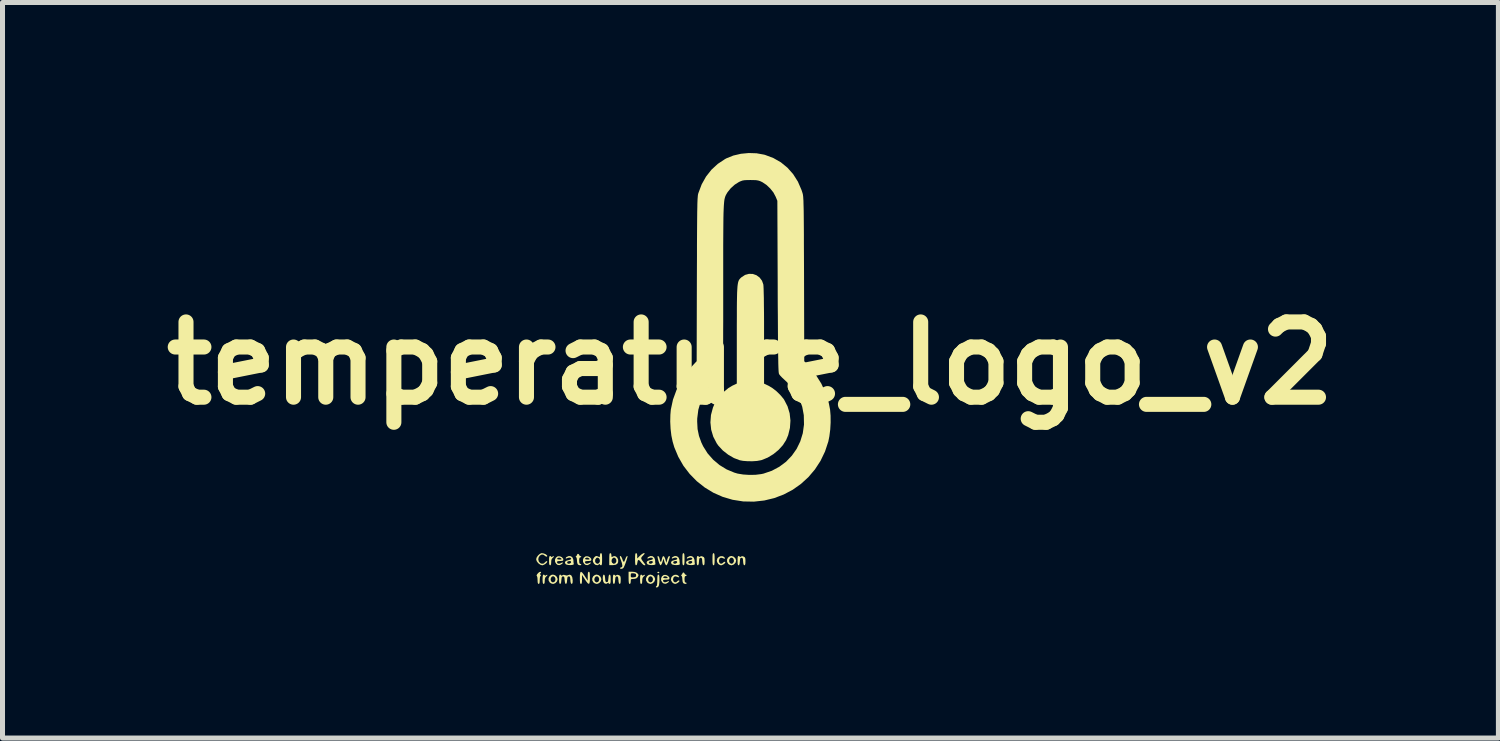
<source format=kicad_pcb>
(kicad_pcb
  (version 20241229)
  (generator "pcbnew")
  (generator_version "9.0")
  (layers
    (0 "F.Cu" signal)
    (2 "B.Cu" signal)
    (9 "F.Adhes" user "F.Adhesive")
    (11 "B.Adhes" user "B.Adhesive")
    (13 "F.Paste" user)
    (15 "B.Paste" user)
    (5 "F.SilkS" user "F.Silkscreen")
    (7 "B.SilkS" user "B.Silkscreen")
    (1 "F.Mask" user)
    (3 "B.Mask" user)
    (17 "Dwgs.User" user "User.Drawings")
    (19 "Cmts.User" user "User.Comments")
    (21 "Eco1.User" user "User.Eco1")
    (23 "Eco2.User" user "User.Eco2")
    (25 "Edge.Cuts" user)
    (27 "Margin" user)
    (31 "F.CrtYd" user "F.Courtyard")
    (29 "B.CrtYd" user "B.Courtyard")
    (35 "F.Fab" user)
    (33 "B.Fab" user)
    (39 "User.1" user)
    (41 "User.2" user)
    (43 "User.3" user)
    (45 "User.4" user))
  (footprint "temperature_logo_v2"
    (layer "F.Cu")
    (at 11.907 4.188)
    (property "Reference" "temperature_logo_v2" (at 0 0 0) (layer "F.SilkS") (effects (font (size 1.5 1.5) (thickness 0.3))))
    (attr board_only exclude_from_pos_files exclude_from_bom)
    (fp_poly (pts (xy -1.817 4.165) (xy -1.814 4.171) (xy -1.826 4.184) (xy -1.836 4.186) (xy -1.855 4.178) (xy -1.857 4.171) (xy -1.846 4.159) (xy -1.836 4.157)) (stroke (width 0) (type solid)) (fill yes) (layer "F.SilkS"))
    (fp_poly (pts (xy -1.325 3.791) (xy -1.318 3.81) (xy -1.315 3.847) (xy -1.314 3.907) (xy -1.315 3.968) (xy -1.319 4.005) (xy -1.325 4.024) (xy -1.336 4.029) (xy -1.346 4.023) (xy -1.353 4.005) (xy -1.356 3.967) (xy -1.357 3.907) (xy -1.356 3.846) (xy -1.353 3.809) (xy -1.346 3.791) (xy -1.336 3.786)) (stroke (width 0) (type solid)) (fill yes) (layer "F.SilkS"))
    (fp_poly (pts (xy -0.725 3.791) (xy -0.718 3.81) (xy -0.715 3.847) (xy -0.714 3.907) (xy -0.715 3.968) (xy -0.719 4.005) (xy -0.725 4.024) (xy -0.736 4.029) (xy -0.746 4.023) (xy -0.753 4.005) (xy -0.756 3.967) (xy -0.757 3.907) (xy -0.756 3.846) (xy -0.753 3.809) (xy -0.746 3.791) (xy -0.736 3.786)) (stroke (width 0) (type solid)) (fill yes) (layer "F.SilkS"))
    (fp_poly (pts (xy -1.824 4.22) (xy -1.817 4.241) (xy -1.815 4.283) (xy -1.814 4.315) (xy -1.816 4.37) (xy -1.822 4.416) (xy -1.829 4.444) (xy -1.848 4.464) (xy -1.87 4.472) (xy -1.884 4.464) (xy -1.886 4.457) (xy -1.875 4.443) (xy -1.871 4.443) (xy -1.864 4.429) (xy -1.859 4.393) (xy -1.857 4.339) (xy -1.857 4.329) (xy -1.856 4.27) (xy -1.852 4.235) (xy -1.845 4.218) (xy -1.836 4.214)) (stroke (width 0) (type solid)) (fill yes) (layer "F.SilkS"))
    (fp_poly (pts (xy -4.102 4.223) (xy -4.1 4.23) (xy -4.093 4.238) (xy -4.078 4.228) (xy -4.056 4.218) (xy -4.047 4.22) (xy -4.05 4.234) (xy -4.069 4.251) (xy -4.09 4.274) (xy -4.099 4.309) (xy -4.1 4.337) (xy -4.103 4.379) (xy -4.113 4.398) (xy -4.121 4.4) (xy -4.133 4.394) (xy -4.14 4.372) (xy -4.143 4.328) (xy -4.143 4.307) (xy -4.141 4.255) (xy -4.136 4.226) (xy -4.126 4.215) (xy -4.121 4.214)) (stroke (width 0) (type solid)) (fill yes) (layer "F.SilkS"))
    (fp_poly (pts (xy -3.974 3.851) (xy -3.971 3.859) (xy -3.964 3.866) (xy -3.95 3.857) (xy -3.928 3.846) (xy -3.918 3.848) (xy -3.921 3.862) (xy -3.94 3.88) (xy -3.961 3.903) (xy -3.97 3.938) (xy -3.971 3.965) (xy -3.974 4.007) (xy -3.984 4.026) (xy -3.993 4.029) (xy -4.005 4.022) (xy -4.012 4) (xy -4.014 3.957) (xy -4.014 3.936) (xy -4.013 3.884) (xy -4.008 3.855) (xy -3.998 3.844) (xy -3.993 3.843)) (stroke (width 0) (type solid)) (fill yes) (layer "F.SilkS"))
    (fp_poly (pts (xy -2.16 4.223) (xy -2.157 4.23) (xy -2.15 4.238) (xy -2.135 4.228) (xy -2.114 4.218) (xy -2.104 4.22) (xy -2.107 4.234) (xy -2.126 4.251) (xy -2.147 4.274) (xy -2.156 4.309) (xy -2.157 4.337) (xy -2.16 4.379) (xy -2.17 4.398) (xy -2.179 4.4) (xy -2.191 4.394) (xy -2.197 4.372) (xy -2.2 4.328) (xy -2.2 4.307) (xy -2.199 4.255) (xy -2.193 4.226) (xy -2.183 4.215) (xy -2.179 4.214)) (stroke (width 0) (type solid)) (fill yes) (layer "F.SilkS"))
    (fp_poly (pts (xy -4.173 4.165) (xy -4.176 4.182) (xy -4.189 4.191) (xy -4.198 4.201) (xy -4.186 4.214) (xy -4.173 4.229) (xy -4.182 4.238) (xy -4.194 4.257) (xy -4.199 4.3) (xy -4.2 4.323) (xy -4.202 4.37) (xy -4.209 4.394) (xy -4.221 4.4) (xy -4.234 4.393) (xy -4.241 4.368) (xy -4.243 4.323) (xy -4.246 4.275) (xy -4.254 4.246) (xy -4.259 4.24) (xy -4.263 4.228) (xy -4.25 4.205) (xy -4.229 4.181) (xy -4.206 4.163) (xy -4.19 4.157)) (stroke (width 0) (type solid)) (fill yes) (layer "F.SilkS"))
    (fp_poly (pts (xy -1.464 4.22) (xy -1.436 4.237) (xy -1.42 4.26) (xy -1.427 4.269) (xy -1.453 4.263) (xy -1.464 4.257) (xy -1.502 4.248) (xy -1.529 4.264) (xy -1.542 4.302) (xy -1.543 4.315) (xy -1.533 4.349) (xy -1.51 4.367) (xy -1.482 4.367) (xy -1.464 4.352) (xy -1.442 4.333) (xy -1.423 4.329) (xy -1.414 4.342) (xy -1.426 4.361) (xy -1.454 4.382) (xy -1.486 4.397) (xy -1.503 4.4) (xy -1.532 4.39) (xy -1.557 4.371) (xy -1.579 4.337) (xy -1.586 4.307) (xy -1.574 4.264) (xy -1.544 4.233) (xy -1.505 4.217)) (stroke (width 0) (type solid)) (fill yes) (layer "F.SilkS"))
    (fp_poly (pts (xy -0.549 3.849) (xy -0.522 3.866) (xy -0.506 3.889) (xy -0.513 3.898) (xy -0.539 3.891) (xy -0.55 3.886) (xy -0.587 3.877) (xy -0.615 3.893) (xy -0.628 3.931) (xy -0.629 3.944) (xy -0.619 3.977) (xy -0.595 3.996) (xy -0.568 3.995) (xy -0.55 3.98) (xy -0.528 3.962) (xy -0.508 3.958) (xy -0.5 3.971) (xy -0.512 3.99) (xy -0.539 4.011) (xy -0.572 4.026) (xy -0.589 4.029) (xy -0.617 4.019) (xy -0.643 4) (xy -0.664 3.966) (xy -0.671 3.936) (xy -0.66 3.893) (xy -0.63 3.862) (xy -0.591 3.846)) (stroke (width 0) (type solid)) (fill yes) (layer "F.SilkS"))
    (fp_poly (pts (xy -3.893 4.227) (xy -3.859 4.259) (xy -3.843 4.301) (xy -3.843 4.307) (xy -3.856 4.35) (xy -3.888 4.384) (xy -3.929 4.4) (xy -3.936 4.4) (xy -3.973 4.39) (xy -4 4.371) (xy -4.023 4.331) (xy -4.023 4.32) (xy -3.983 4.32) (xy -3.971 4.351) (xy -3.941 4.37) (xy -3.911 4.361) (xy -3.903 4.354) (xy -3.887 4.324) (xy -3.888 4.291) (xy -3.902 4.263) (xy -3.925 4.247) (xy -3.954 4.252) (xy -3.955 4.252) (xy -3.978 4.281) (xy -3.983 4.32) (xy -4.023 4.32) (xy -4.024 4.287) (xy -4.005 4.248) (xy -3.971 4.221) (xy -3.936 4.214)) (stroke (width 0) (type solid)) (fill yes) (layer "F.SilkS"))
    (fp_poly (pts (xy -3.022 4.227) (xy -2.988 4.259) (xy -2.972 4.301) (xy -2.971 4.307) (xy -2.984 4.35) (xy -3.016 4.384) (xy -3.058 4.4) (xy -3.064 4.4) (xy -3.101 4.39) (xy -3.129 4.371) (xy -3.152 4.331) (xy -3.152 4.32) (xy -3.112 4.32) (xy -3.099 4.351) (xy -3.07 4.37) (xy -3.039 4.361) (xy -3.031 4.354) (xy -3.016 4.324) (xy -3.017 4.291) (xy -3.031 4.263) (xy -3.054 4.247) (xy -3.082 4.252) (xy -3.083 4.252) (xy -3.106 4.281) (xy -3.112 4.32) (xy -3.152 4.32) (xy -3.153 4.287) (xy -3.134 4.248) (xy -3.099 4.221) (xy -3.064 4.214)) (stroke (width 0) (type solid)) (fill yes) (layer "F.SilkS"))
    (fp_poly (pts (xy -1.95 4.227) (xy -1.916 4.259) (xy -1.9 4.301) (xy -1.9 4.307) (xy -1.913 4.35) (xy -1.945 4.384) (xy -1.987 4.4) (xy -1.993 4.4) (xy -2.03 4.39) (xy -2.057 4.371) (xy -2.08 4.331) (xy -2.081 4.32) (xy -2.04 4.32) (xy -2.028 4.351) (xy -1.999 4.37) (xy -1.968 4.361) (xy -1.96 4.354) (xy -1.944 4.324) (xy -1.945 4.291) (xy -1.959 4.263) (xy -1.983 4.247) (xy -2.011 4.252) (xy -2.012 4.252) (xy -2.035 4.281) (xy -2.04 4.32) (xy -2.081 4.32) (xy -2.081 4.287) (xy -2.062 4.248) (xy -2.028 4.221) (xy -1.993 4.214)) (stroke (width 0) (type solid)) (fill yes) (layer "F.SilkS"))
    (fp_poly (pts (xy -0.336 3.856) (xy -0.302 3.888) (xy -0.286 3.929) (xy -0.286 3.936) (xy -0.298 3.978) (xy -0.33 4.012) (xy -0.372 4.028) (xy -0.379 4.029) (xy -0.416 4.019) (xy -0.443 4) (xy -0.466 3.96) (xy -0.466 3.948) (xy -0.426 3.948) (xy -0.414 3.979) (xy -0.384 3.999) (xy -0.353 3.99) (xy -0.346 3.983) (xy -0.33 3.953) (xy -0.331 3.92) (xy -0.345 3.891) (xy -0.368 3.876) (xy -0.397 3.88) (xy -0.398 3.881) (xy -0.421 3.91) (xy -0.426 3.948) (xy -0.466 3.948) (xy -0.467 3.916) (xy -0.448 3.877) (xy -0.413 3.85) (xy -0.379 3.843)) (stroke (width 0) (type solid)) (fill yes) (layer "F.SilkS"))
    (fp_poly (pts (xy -2.577 3.855) (xy -2.56 3.886) (xy -2.557 3.896) (xy -2.54 3.942) (xy -2.526 3.96) (xy -2.513 3.952) (xy -2.5 3.919) (xy -2.481 3.87) (xy -2.463 3.845) (xy -2.45 3.845) (xy -2.451 3.861) (xy -2.46 3.896) (xy -2.475 3.942) (xy -2.492 3.991) (xy -2.51 4.037) (xy -2.526 4.071) (xy -2.533 4.082) (xy -2.554 4.096) (xy -2.58 4.1) (xy -2.598 4.092) (xy -2.6 4.086) (xy -2.589 4.073) (xy -2.58 4.071) (xy -2.558 4.062) (xy -2.553 4.033) (xy -2.563 3.982) (xy -2.579 3.936) (xy -2.597 3.886) (xy -2.603 3.857) (xy -2.6 3.844) (xy -2.594 3.843)) (stroke (width 0) (type solid)) (fill yes) (layer "F.SilkS"))
    (fp_poly (pts (xy -3.417 3.811) (xy -3.414 3.821) (xy -3.403 3.84) (xy -3.393 3.843) (xy -3.374 3.851) (xy -3.371 3.857) (xy -3.383 3.87) (xy -3.393 3.871) (xy -3.407 3.88) (xy -3.413 3.908) (xy -3.414 3.936) (xy -3.411 3.978) (xy -3.402 3.997) (xy -3.393 4) (xy -3.374 4.008) (xy -3.371 4.014) (xy -3.382 4.026) (xy -3.407 4.027) (xy -3.433 4.017) (xy -3.44 4.011) (xy -3.451 3.987) (xy -3.457 3.947) (xy -3.457 3.934) (xy -3.461 3.894) (xy -3.471 3.868) (xy -3.475 3.865) (xy -3.486 3.856) (xy -3.475 3.849) (xy -3.459 3.829) (xy -3.457 3.82) (xy -3.446 3.802) (xy -3.436 3.8)) (stroke (width 0) (type solid)) (fill yes) (layer "F.SilkS"))
    (fp_poly (pts (xy -3.211 4.162) (xy -3.204 4.181) (xy -3.201 4.219) (xy -3.2 4.279) (xy -3.202 4.346) (xy -3.209 4.387) (xy -3.223 4.399) (xy -3.245 4.385) (xy -3.277 4.344) (xy -3.299 4.311) (xy -3.357 4.221) (xy -3.357 4.311) (xy -3.359 4.362) (xy -3.364 4.39) (xy -3.375 4.4) (xy -3.379 4.4) (xy -3.389 4.395) (xy -3.396 4.376) (xy -3.399 4.338) (xy -3.4 4.279) (xy -3.398 4.211) (xy -3.391 4.171) (xy -3.377 4.158) (xy -3.355 4.172) (xy -3.323 4.213) (xy -3.301 4.246) (xy -3.243 4.336) (xy -3.243 4.246) (xy -3.241 4.195) (xy -3.236 4.168) (xy -3.225 4.158) (xy -3.221 4.157)) (stroke (width 0) (type solid)) (fill yes) (layer "F.SilkS"))
    (fp_poly (pts (xy -1.317 4.183) (xy -1.314 4.193) (xy -1.303 4.212) (xy -1.293 4.214) (xy -1.274 4.222) (xy -1.271 4.229) (xy -1.283 4.241) (xy -1.293 4.243) (xy -1.307 4.251) (xy -1.313 4.28) (xy -1.314 4.307) (xy -1.311 4.35) (xy -1.302 4.369) (xy -1.293 4.371) (xy -1.274 4.379) (xy -1.271 4.386) (xy -1.282 4.398) (xy -1.307 4.399) (xy -1.333 4.388) (xy -1.34 4.383) (xy -1.351 4.359) (xy -1.357 4.319) (xy -1.357 4.305) (xy -1.361 4.265) (xy -1.371 4.24) (xy -1.375 4.237) (xy -1.386 4.228) (xy -1.375 4.22) (xy -1.359 4.2) (xy -1.357 4.192) (xy -1.346 4.174) (xy -1.336 4.171)) (stroke (width 0) (type solid)) (fill yes) (layer "F.SilkS"))
    (fp_poly (pts (xy -2.795 4.221) (xy -2.788 4.245) (xy -2.786 4.291) (xy -2.786 4.307) (xy -2.787 4.359) (xy -2.792 4.388) (xy -2.802 4.399) (xy -2.807 4.4) (xy -2.826 4.391) (xy -2.829 4.383) (xy -2.833 4.373) (xy -2.846 4.383) (xy -2.877 4.399) (xy -2.91 4.387) (xy -2.92 4.378) (xy -2.934 4.351) (xy -2.942 4.313) (xy -2.944 4.272) (xy -2.939 4.236) (xy -2.928 4.216) (xy -2.922 4.214) (xy -2.908 4.224) (xy -2.9 4.256) (xy -2.897 4.289) (xy -2.893 4.334) (xy -2.885 4.356) (xy -2.871 4.364) (xy -2.864 4.364) (xy -2.847 4.36) (xy -2.838 4.343) (xy -2.833 4.307) (xy -2.831 4.289) (xy -2.826 4.241) (xy -2.816 4.218) (xy -2.806 4.214)) (stroke (width 0) (type solid)) (fill yes) (layer "F.SilkS"))
    (fp_poly (pts (xy -2.702 4.223) (xy -2.7 4.23) (xy -2.693 4.238) (xy -2.678 4.228) (xy -2.653 4.217) (xy -2.621 4.226) (xy -2.6 4.239) (xy -2.59 4.258) (xy -2.586 4.293) (xy -2.586 4.321) (xy -2.588 4.369) (xy -2.595 4.394) (xy -2.606 4.4) (xy -2.62 4.39) (xy -2.628 4.359) (xy -2.631 4.325) (xy -2.636 4.281) (xy -2.643 4.258) (xy -2.657 4.25) (xy -2.664 4.25) (xy -2.681 4.254) (xy -2.691 4.271) (xy -2.696 4.307) (xy -2.697 4.325) (xy -2.703 4.373) (xy -2.713 4.396) (xy -2.722 4.4) (xy -2.734 4.393) (xy -2.74 4.369) (xy -2.743 4.323) (xy -2.743 4.307) (xy -2.741 4.255) (xy -2.736 4.226) (xy -2.726 4.215) (xy -2.721 4.214)) (stroke (width 0) (type solid)) (fill yes) (layer "F.SilkS"))
    (fp_poly (pts (xy -1.031 3.851) (xy -1.029 3.859) (xy -1.021 3.866) (xy -1.007 3.857) (xy -0.982 3.846) (xy -0.95 3.855) (xy -0.929 3.867) (xy -0.918 3.887) (xy -0.915 3.922) (xy -0.914 3.95) (xy -0.916 3.998) (xy -0.923 4.022) (xy -0.935 4.029) (xy -0.949 4.019) (xy -0.957 3.987) (xy -0.96 3.954) (xy -0.964 3.909) (xy -0.972 3.887) (xy -0.986 3.879) (xy -0.993 3.879) (xy -1.01 3.883) (xy -1.02 3.899) (xy -1.025 3.936) (xy -1.026 3.954) (xy -1.031 4.001) (xy -1.041 4.025) (xy -1.051 4.029) (xy -1.062 4.022) (xy -1.069 3.998) (xy -1.071 3.952) (xy -1.071 3.936) (xy -1.07 3.884) (xy -1.065 3.855) (xy -1.055 3.844) (xy -1.05 3.843)) (stroke (width 0) (type solid)) (fill yes) (layer "F.SilkS"))
    (fp_poly (pts (xy -0.217 3.851) (xy -0.214 3.859) (xy -0.207 3.866) (xy -0.192 3.857) (xy -0.167 3.846) (xy -0.135 3.855) (xy -0.115 3.867) (xy -0.104 3.887) (xy -0.1 3.922) (xy -0.1 3.95) (xy -0.102 3.998) (xy -0.109 4.022) (xy -0.121 4.029) (xy -0.134 4.019) (xy -0.143 3.987) (xy -0.146 3.954) (xy -0.15 3.909) (xy -0.157 3.887) (xy -0.172 3.879) (xy -0.179 3.879) (xy -0.196 3.883) (xy -0.205 3.899) (xy -0.21 3.936) (xy -0.211 3.954) (xy -0.217 4.001) (xy -0.227 4.025) (xy -0.236 4.029) (xy -0.248 4.022) (xy -0.255 3.998) (xy -0.257 3.952) (xy -0.257 3.936) (xy -0.256 3.884) (xy -0.251 3.855) (xy -0.241 3.844) (xy -0.236 3.843)) (stroke (width 0) (type solid)) (fill yes) (layer "F.SilkS"))
    (fp_poly (pts (xy -4.119 3.793) (xy -4.08 3.81) (xy -4.054 3.832) (xy -4.051 3.838) (xy -4.053 3.854) (xy -4.07 3.856) (xy -4.092 3.844) (xy -4.1 3.836) (xy -4.132 3.815) (xy -4.167 3.817) (xy -4.2 3.838) (xy -4.222 3.873) (xy -4.229 3.91) (xy -4.218 3.953) (xy -4.192 3.984) (xy -4.157 3.998) (xy -4.121 3.993) (xy -4.095 3.97) (xy -4.073 3.949) (xy -4.055 3.946) (xy -4.049 3.958) (xy -4.061 3.977) (xy -4.086 4) (xy -4.116 4.018) (xy -4.145 4.028) (xy -4.15 4.029) (xy -4.189 4.017) (xy -4.229 3.987) (xy -4.23 3.987) (xy -4.26 3.946) (xy -4.271 3.907) (xy -4.26 3.87) (xy -4.233 3.832) (xy -4.198 3.801) (xy -4.163 3.786) (xy -4.159 3.786)) (stroke (width 0) (type solid)) (fill yes) (layer "F.SilkS"))
    (fp_poly (pts (xy -2.776 3.798) (xy -2.771 3.83) (xy -2.769 3.859) (xy -2.761 3.865) (xy -2.75 3.857) (xy -2.716 3.844) (xy -2.682 3.853) (xy -2.654 3.879) (xy -2.637 3.917) (xy -2.637 3.962) (xy -2.637 3.966) (xy -2.654 3.999) (xy -2.686 4.018) (xy -2.739 4.025) (xy -2.754 4.025) (xy -2.814 4.025) (xy -2.814 3.948) (xy -2.769 3.948) (xy -2.756 3.979) (xy -2.727 3.999) (xy -2.696 3.99) (xy -2.689 3.983) (xy -2.673 3.953) (xy -2.674 3.92) (xy -2.688 3.891) (xy -2.711 3.876) (xy -2.739 3.88) (xy -2.74 3.881) (xy -2.763 3.91) (xy -2.769 3.948) (xy -2.814 3.948) (xy -2.814 3.905) (xy -2.813 3.845) (xy -2.81 3.808) (xy -2.803 3.79) (xy -2.793 3.786)) (stroke (width 0) (type solid)) (fill yes) (layer "F.SilkS"))
    (fp_poly (pts (xy -2.108 3.789) (xy -2.112 3.801) (xy -2.134 3.827) (xy -2.142 3.834) (xy -2.167 3.862) (xy -2.178 3.883) (xy -2.173 3.906) (xy -2.153 3.938) (xy -2.125 3.975) (xy -2.101 4.007) (xy -2.094 4.023) (xy -2.103 4.028) (xy -2.111 4.029) (xy -2.137 4.017) (xy -2.168 3.985) (xy -2.179 3.971) (xy -2.21 3.933) (xy -2.233 3.921) (xy -2.247 3.937) (xy -2.254 3.976) (xy -2.263 4.015) (xy -2.279 4.029) (xy -2.29 4.023) (xy -2.296 4.002) (xy -2.299 3.961) (xy -2.3 3.907) (xy -2.299 3.846) (xy -2.296 3.809) (xy -2.289 3.791) (xy -2.279 3.786) (xy -2.263 3.796) (xy -2.257 3.829) (xy -2.257 3.839) (xy -2.257 3.892) (xy -2.203 3.839) (xy -2.167 3.808) (xy -2.135 3.789) (xy -2.122 3.786)) (stroke (width 0) (type solid)) (fill yes) (layer "F.SilkS"))
    (fp_poly (pts (xy -1.606 3.853) (xy -1.606 3.861) (xy -1.629 3.933) (xy -1.646 3.981) (xy -1.659 4.011) (xy -1.669 4.025) (xy -1.678 4.029) (xy -1.692 4.016) (xy -1.707 3.984) (xy -1.715 3.961) (xy -1.733 3.893) (xy -1.753 3.961) (xy -1.768 4) (xy -1.784 4.024) (xy -1.791 4.029) (xy -1.804 4.016) (xy -1.82 3.982) (xy -1.834 3.941) (xy -1.846 3.895) (xy -1.852 3.861) (xy -1.852 3.847) (xy -1.836 3.845) (xy -1.82 3.867) (xy -1.808 3.909) (xy -1.807 3.914) (xy -1.797 3.952) (xy -1.786 3.962) (xy -1.775 3.944) (xy -1.764 3.9) (xy -1.752 3.859) (xy -1.736 3.845) (xy -1.718 3.858) (xy -1.699 3.899) (xy -1.696 3.911) (xy -1.676 3.979) (xy -1.658 3.911) (xy -1.643 3.87) (xy -1.627 3.846) (xy -1.62 3.843)) (stroke (width 0) (type solid)) (fill yes) (layer "F.SilkS"))
    (fp_poly (pts (xy -3.796 3.85) (xy -3.759 3.867) (xy -3.734 3.895) (xy -3.729 3.915) (xy -3.733 3.932) (xy -3.751 3.941) (xy -3.789 3.943) (xy -3.793 3.943) (xy -3.835 3.946) (xy -3.854 3.955) (xy -3.857 3.965) (xy -3.846 3.988) (xy -3.818 3.998) (xy -3.786 3.989) (xy -3.784 3.988) (xy -3.754 3.973) (xy -3.738 3.974) (xy -3.742 3.987) (xy -3.755 4) (xy -3.8 4.025) (xy -3.841 4.022) (xy -3.871 4) (xy -3.894 3.961) (xy -3.896 3.917) (xy -3.887 3.896) (xy -3.854 3.896) (xy -3.846 3.909) (xy -3.813 3.914) (xy -3.807 3.914) (xy -3.773 3.913) (xy -3.764 3.906) (xy -3.772 3.892) (xy -3.798 3.877) (xy -3.829 3.877) (xy -3.851 3.891) (xy -3.854 3.896) (xy -3.887 3.896) (xy -3.878 3.877) (xy -3.844 3.851) (xy -3.836 3.849)) (stroke (width 0) (type solid)) (fill yes) (layer "F.SilkS"))
    (fp_poly (pts (xy -3.239 3.85) (xy -3.202 3.867) (xy -3.176 3.895) (xy -3.171 3.915) (xy -3.176 3.932) (xy -3.194 3.941) (xy -3.232 3.943) (xy -3.236 3.943) (xy -3.278 3.946) (xy -3.297 3.955) (xy -3.3 3.965) (xy -3.289 3.988) (xy -3.261 3.998) (xy -3.229 3.989) (xy -3.227 3.988) (xy -3.196 3.973) (xy -3.181 3.974) (xy -3.185 3.987) (xy -3.198 4) (xy -3.243 4.025) (xy -3.284 4.022) (xy -3.314 4) (xy -3.337 3.961) (xy -3.338 3.917) (xy -3.33 3.896) (xy -3.297 3.896) (xy -3.289 3.909) (xy -3.256 3.914) (xy -3.249 3.914) (xy -3.216 3.913) (xy -3.206 3.906) (xy -3.215 3.892) (xy -3.241 3.877) (xy -3.272 3.877) (xy -3.294 3.891) (xy -3.297 3.896) (xy -3.33 3.896) (xy -3.321 3.877) (xy -3.287 3.851) (xy -3.279 3.849)) (stroke (width 0) (type solid)) (fill yes) (layer "F.SilkS"))
    (fp_poly (pts (xy -2.303 4.162) (xy -2.268 4.177) (xy -2.257 4.186) (xy -2.234 4.213) (xy -2.232 4.235) (xy -2.249 4.266) (xy -2.251 4.268) (xy -2.277 4.291) (xy -2.317 4.3) (xy -2.329 4.3) (xy -2.366 4.302) (xy -2.382 4.311) (xy -2.386 4.336) (xy -2.386 4.35) (xy -2.39 4.387) (xy -2.405 4.4) (xy -2.407 4.4) (xy -2.418 4.395) (xy -2.424 4.376) (xy -2.428 4.338) (xy -2.429 4.279) (xy -2.429 4.229) (xy -2.386 4.229) (xy -2.384 4.258) (xy -2.372 4.269) (xy -2.342 4.27) (xy -2.332 4.269) (xy -2.297 4.263) (xy -2.281 4.25) (xy -2.279 4.229) (xy -2.283 4.205) (xy -2.3 4.193) (xy -2.332 4.188) (xy -2.367 4.187) (xy -2.382 4.196) (xy -2.386 4.22) (xy -2.386 4.229) (xy -2.429 4.229) (xy -2.429 4.157) (xy -2.357 4.157)) (stroke (width 0) (type solid)) (fill yes) (layer "F.SilkS"))
    (fp_poly (pts (xy -1.682 4.221) (xy -1.644 4.239) (xy -1.619 4.266) (xy -1.614 4.286) (xy -1.619 4.304) (xy -1.636 4.312) (xy -1.675 4.314) (xy -1.679 4.314) (xy -1.721 4.317) (xy -1.74 4.326) (xy -1.743 4.336) (xy -1.731 4.36) (xy -1.704 4.369) (xy -1.672 4.36) (xy -1.67 4.359) (xy -1.639 4.345) (xy -1.624 4.345) (xy -1.627 4.359) (xy -1.641 4.372) (xy -1.685 4.397) (xy -1.727 4.393) (xy -1.757 4.371) (xy -1.78 4.332) (xy -1.781 4.288) (xy -1.772 4.268) (xy -1.739 4.268) (xy -1.732 4.281) (xy -1.699 4.286) (xy -1.692 4.286) (xy -1.659 4.284) (xy -1.649 4.278) (xy -1.658 4.264) (xy -1.684 4.248) (xy -1.715 4.248) (xy -1.737 4.263) (xy -1.739 4.268) (xy -1.772 4.268) (xy -1.764 4.249) (xy -1.73 4.223) (xy -1.722 4.22)) (stroke (width 0) (type solid)) (fill yes) (layer "F.SilkS"))
    (fp_poly (pts (xy -3.577 3.849) (xy -3.545 3.876) (xy -3.529 3.922) (xy -3.529 3.936) (xy -3.526 3.975) (xy -3.521 4.003) (xy -3.521 4.003) (xy -3.528 4.015) (xy -3.555 4.022) (xy -3.593 4.025) (xy -3.633 4.022) (xy -3.667 4.014) (xy -3.68 4.008) (xy -3.697 3.982) (xy -3.696 3.969) (xy -3.654 3.969) (xy -3.649 3.987) (xy -3.629 3.998) (xy -3.6 3.994) (xy -3.578 3.977) (xy -3.574 3.968) (xy -3.578 3.949) (xy -3.604 3.943) (xy -3.605 3.943) (xy -3.64 3.95) (xy -3.654 3.969) (xy -3.696 3.969) (xy -3.696 3.966) (xy -3.686 3.949) (xy -3.669 3.938) (xy -3.636 3.928) (xy -3.611 3.922) (xy -3.582 3.912) (xy -3.571 3.899) (xy -3.583 3.881) (xy -3.61 3.875) (xy -3.641 3.882) (xy -3.646 3.884) (xy -3.673 3.895) (xy -3.684 3.888) (xy -3.674 3.87) (xy -3.665 3.863) (xy -3.619 3.843)) (stroke (width 0) (type solid)) (fill yes) (layer "F.SilkS"))
    (fp_poly (pts (xy -2.968 3.791) (xy -2.961 3.81) (xy -2.958 3.847) (xy -2.957 3.907) (xy -2.958 3.968) (xy -2.961 4.005) (xy -2.968 4.024) (xy -2.979 4.029) (xy -2.998 4.019) (xy -3 4.011) (xy -3.004 4.001) (xy -3.017 4.011) (xy -3.051 4.028) (xy -3.09 4.019) (xy -3.114 4) (xy -3.136 3.966) (xy -3.14 3.948) (xy -3.097 3.948) (xy -3.085 3.979) (xy -3.056 3.999) (xy -3.025 3.99) (xy -3.017 3.983) (xy -3.001 3.953) (xy -3.002 3.92) (xy -3.017 3.891) (xy -3.04 3.876) (xy -3.068 3.88) (xy -3.069 3.881) (xy -3.092 3.91) (xy -3.097 3.948) (xy -3.14 3.948) (xy -3.143 3.936) (xy -3.134 3.902) (xy -3.111 3.868) (xy -3.084 3.846) (xy -3.07 3.843) (xy -3.046 3.849) (xy -3.028 3.858) (xy -3.008 3.865) (xy -3.001 3.853) (xy -3 3.829) (xy -2.994 3.795) (xy -2.979 3.786)) (stroke (width 0) (type solid)) (fill yes) (layer "F.SilkS"))
    (fp_poly (pts (xy -1.949 3.849) (xy -1.917 3.876) (xy -1.901 3.922) (xy -1.9 3.936) (xy -1.898 3.975) (xy -1.893 4.003) (xy -1.892 4.003) (xy -1.9 4.015) (xy -1.927 4.022) (xy -1.964 4.025) (xy -2.005 4.022) (xy -2.039 4.014) (xy -2.052 4.008) (xy -2.069 3.982) (xy -2.067 3.969) (xy -2.026 3.969) (xy -2.021 3.987) (xy -2 3.998) (xy -1.972 3.994) (xy -1.95 3.977) (xy -1.946 3.968) (xy -1.95 3.949) (xy -1.976 3.943) (xy -1.977 3.943) (xy -2.011 3.95) (xy -2.026 3.969) (xy -2.067 3.969) (xy -2.067 3.966) (xy -2.058 3.949) (xy -2.041 3.938) (xy -2.008 3.928) (xy -1.982 3.922) (xy -1.954 3.912) (xy -1.943 3.899) (xy -1.954 3.881) (xy -1.982 3.875) (xy -2.013 3.882) (xy -2.018 3.884) (xy -2.045 3.895) (xy -2.056 3.888) (xy -2.045 3.87) (xy -2.037 3.863) (xy -1.991 3.843)) (stroke (width 0) (type solid)) (fill yes) (layer "F.SilkS"))
    (fp_poly (pts (xy -1.463 3.849) (xy -1.431 3.876) (xy -1.415 3.922) (xy -1.414 3.936) (xy -1.412 3.975) (xy -1.407 4.003) (xy -1.407 4.003) (xy -1.414 4.015) (xy -1.441 4.022) (xy -1.479 4.025) (xy -1.519 4.022) (xy -1.553 4.014) (xy -1.566 4.008) (xy -1.583 3.982) (xy -1.581 3.969) (xy -1.54 3.969) (xy -1.535 3.987) (xy -1.514 3.998) (xy -1.486 3.994) (xy -1.464 3.977) (xy -1.46 3.968) (xy -1.464 3.949) (xy -1.49 3.943) (xy -1.491 3.943) (xy -1.526 3.95) (xy -1.54 3.969) (xy -1.581 3.969) (xy -1.581 3.966) (xy -1.572 3.949) (xy -1.555 3.938) (xy -1.522 3.928) (xy -1.496 3.922) (xy -1.468 3.912) (xy -1.457 3.899) (xy -1.469 3.881) (xy -1.496 3.875) (xy -1.527 3.882) (xy -1.532 3.884) (xy -1.559 3.895) (xy -1.57 3.888) (xy -1.56 3.87) (xy -1.551 3.863) (xy -1.505 3.843)) (stroke (width 0) (type solid)) (fill yes) (layer "F.SilkS"))
    (fp_poly (pts (xy -1.163 3.849) (xy -1.131 3.876) (xy -1.115 3.922) (xy -1.114 3.936) (xy -1.112 3.975) (xy -1.107 4.003) (xy -1.107 4.003) (xy -1.114 4.015) (xy -1.141 4.022) (xy -1.179 4.025) (xy -1.219 4.022) (xy -1.253 4.014) (xy -1.266 4.008) (xy -1.283 3.982) (xy -1.281 3.969) (xy -1.24 3.969) (xy -1.235 3.987) (xy -1.214 3.998) (xy -1.186 3.994) (xy -1.164 3.977) (xy -1.16 3.968) (xy -1.164 3.949) (xy -1.19 3.943) (xy -1.191 3.943) (xy -1.226 3.95) (xy -1.24 3.969) (xy -1.281 3.969) (xy -1.281 3.966) (xy -1.272 3.949) (xy -1.255 3.938) (xy -1.222 3.928) (xy -1.196 3.922) (xy -1.168 3.912) (xy -1.157 3.899) (xy -1.169 3.881) (xy -1.196 3.875) (xy -1.227 3.882) (xy -1.232 3.884) (xy -1.259 3.895) (xy -1.27 3.888) (xy -1.26 3.87) (xy -1.251 3.863) (xy -1.205 3.843)) (stroke (width 0) (type solid)) (fill yes) (layer "F.SilkS"))
    (fp_poly (pts (xy -3.774 4.223) (xy -3.771 4.23) (xy -3.764 4.238) (xy -3.75 4.228) (xy -3.722 4.217) (xy -3.695 4.225) (xy -3.659 4.233) (xy -3.642 4.227) (xy -3.603 4.215) (xy -3.573 4.228) (xy -3.552 4.265) (xy -3.543 4.322) (xy -3.543 4.33) (xy -3.545 4.375) (xy -3.554 4.396) (xy -3.564 4.4) (xy -3.577 4.39) (xy -3.586 4.359) (xy -3.589 4.325) (xy -3.593 4.281) (xy -3.6 4.258) (xy -3.615 4.25) (xy -3.621 4.25) (xy -3.639 4.254) (xy -3.648 4.271) (xy -3.653 4.307) (xy -3.654 4.325) (xy -3.66 4.374) (xy -3.671 4.397) (xy -3.679 4.4) (xy -3.692 4.389) (xy -3.7 4.354) (xy -3.703 4.325) (xy -3.707 4.281) (xy -3.715 4.258) (xy -3.729 4.25) (xy -3.736 4.25) (xy -3.753 4.254) (xy -3.762 4.271) (xy -3.767 4.307) (xy -3.769 4.325) (xy -3.774 4.373) (xy -3.784 4.396) (xy -3.794 4.4) (xy -3.805 4.393) (xy -3.812 4.369) (xy -3.814 4.323) (xy -3.814 4.307) (xy -3.813 4.255) (xy -3.808 4.226) (xy -3.798 4.215) (xy -3.793 4.214)) (stroke (width 0) (type solid)) (fill yes) (layer "F.SilkS"))
    (fp_poly (pts (xy 0.047 -1.778) (xy 0.119 -1.753) (xy 0.182 -1.707) (xy 0.23 -1.643) (xy 0.256 -1.571) (xy 0.259 -1.543) (xy 0.262 -1.486) (xy 0.264 -1.404) (xy 0.267 -1.296) (xy 0.268 -1.163) (xy 0.27 -1.008) (xy 0.271 -0.83) (xy 0.271 -0.631) (xy 0.271 -0.55) (xy 0.271 0.408) (xy 0.36 0.45) (xy 0.437 0.496) (xy 0.518 0.559) (xy 0.594 0.633) (xy 0.657 0.708) (xy 0.672 0.73) (xy 0.739 0.86) (xy 0.781 0.999) (xy 0.797 1.144) (xy 0.787 1.29) (xy 0.752 1.434) (xy 0.711 1.532) (xy 0.646 1.634) (xy 0.559 1.73) (xy 0.456 1.814) (xy 0.344 1.882) (xy 0.227 1.93) (xy 0.207 1.935) (xy 0.13 1.949) (xy 0.038 1.955) (xy -0.059 1.954) (xy -0.149 1.947) (xy -0.213 1.935) (xy -0.329 1.891) (xy -0.444 1.824) (xy -0.55 1.741) (xy -0.638 1.647) (xy -0.672 1.599) (xy -0.741 1.466) (xy -0.783 1.326) (xy -0.798 1.181) (xy -0.787 1.033) (xy -0.748 0.887) (xy -0.712 0.8) (xy -0.664 0.721) (xy -0.597 0.639) (xy -0.52 0.562) (xy -0.439 0.496) (xy -0.361 0.449) (xy -0.272 0.407) (xy -0.272 -0.558) (xy -0.272 -0.759) (xy -0.271 -0.932) (xy -0.271 -1.082) (xy -0.27 -1.209) (xy -0.268 -1.316) (xy -0.266 -1.404) (xy -0.262 -1.476) (xy -0.258 -1.534) (xy -0.252 -1.579) (xy -0.245 -1.614) (xy -0.236 -1.642) (xy -0.225 -1.663) (xy -0.212 -1.68) (xy -0.197 -1.696) (xy -0.18 -1.711) (xy -0.179 -1.712) (xy -0.107 -1.759) (xy -0.03 -1.78)) (stroke (width 0) (type solid)) (fill yes) (layer "F.SilkS"))
    (fp_poly (pts (xy 0.122 -4.183) (xy 0.271 -4.156) (xy 0.293 -4.15) (xy 0.457 -4.088) (xy 0.606 -4.003) (xy 0.738 -3.895) (xy 0.851 -3.767) (xy 0.945 -3.619) (xy 1.017 -3.453) (xy 1.037 -3.392) (xy 1.041 -3.378) (xy 1.045 -3.361) (xy 1.048 -3.34) (xy 1.051 -3.314) (xy 1.053 -3.28) (xy 1.056 -3.237) (xy 1.057 -3.184) (xy 1.059 -3.119) (xy 1.061 -3.041) (xy 1.062 -2.946) (xy 1.063 -2.835) (xy 1.064 -2.706) (xy 1.065 -2.556) (xy 1.065 -2.385) (xy 1.066 -2.19) (xy 1.067 -1.97) (xy 1.068 -1.723) (xy 1.068 -1.673) (xy 1.072 -0.039) (xy 1.159 0.055) (xy 1.298 0.226) (xy 1.412 0.407) (xy 1.5 0.597) (xy 1.561 0.794) (xy 1.587 0.927) (xy 1.597 1.048) (xy 1.598 1.183) (xy 1.59 1.323) (xy 1.573 1.457) (xy 1.552 1.561) (xy 1.486 1.761) (xy 1.396 1.948) (xy 1.285 2.118) (xy 1.154 2.272) (xy 1.006 2.407) (xy 0.842 2.523) (xy 0.664 2.617) (xy 0.475 2.689) (xy 0.276 2.737) (xy 0.069 2.76) (xy -0.143 2.756) (xy -0.15 2.755) (xy -0.355 2.723) (xy -0.552 2.665) (xy -0.738 2.583) (xy -0.911 2.478) (xy -1.07 2.352) (xy -1.212 2.207) (xy -1.336 2.045) (xy -1.438 1.867) (xy -1.518 1.676) (xy -1.551 1.564) (xy -1.576 1.444) (xy -1.592 1.308) (xy -1.599 1.166) (xy -1.599 1.164) (xy -1.062 1.164) (xy -1.054 1.314) (xy -1.026 1.45) (xy -0.978 1.583) (xy -0.942 1.658) (xy -0.854 1.798) (xy -0.744 1.923) (xy -0.616 2.031) (xy -0.474 2.118) (xy -0.323 2.181) (xy -0.256 2.201) (xy -0.146 2.219) (xy -0.024 2.227) (xy 0.1 2.225) (xy 0.214 2.211) (xy 0.261 2.201) (xy 0.425 2.145) (xy 0.575 2.065) (xy 0.709 1.965) (xy 0.824 1.845) (xy 0.92 1.709) (xy 0.993 1.559) (xy 1.043 1.397) (xy 1.067 1.225) (xy 1.067 1.214) (xy 1.063 1.037) (xy 1.032 0.869) (xy 0.975 0.711) (xy 0.891 0.564) (xy 0.78 0.428) (xy 0.672 0.326) (xy 0.629 0.286) (xy 0.593 0.248) (xy 0.571 0.219) (xy 0.57 0.217) (xy 0.567 0.208) (xy 0.564 0.19) (xy 0.561 0.162) (xy 0.559 0.124) (xy 0.557 0.074) (xy 0.555 0.01) (xy 0.554 -0.069) (xy 0.552 -0.165) (xy 0.551 -0.279) (xy 0.549 -0.412) (xy 0.548 -0.566) (xy 0.547 -0.743) (xy 0.546 -0.943) (xy 0.544 -1.168) (xy 0.543 -1.42) (xy 0.543 -1.529) (xy 0.536 -3.236) (xy 0.502 -3.318) (xy 0.458 -3.401) (xy 0.393 -3.482) (xy 0.318 -3.553) (xy 0.239 -3.606) (xy 0.231 -3.61) (xy 0.191 -3.629) (xy 0.155 -3.64) (xy 0.115 -3.647) (xy 0.062 -3.649) (xy 0 -3.65) (xy -0.071 -3.649) (xy -0.122 -3.646) (xy -0.161 -3.639) (xy -0.196 -3.626) (xy -0.229 -3.611) (xy -0.313 -3.558) (xy -0.392 -3.487) (xy -0.456 -3.408) (xy -0.465 -3.393) (xy -0.477 -3.373) (xy -0.487 -3.355) (xy -0.496 -3.337) (xy -0.504 -3.316) (xy -0.511 -3.292) (xy -0.518 -3.263) (xy -0.523 -3.228) (xy -0.527 -3.184) (xy -0.531 -3.13) (xy -0.534 -3.065) (xy -0.537 -2.986) (xy -0.539 -2.893) (xy -0.54 -2.784) (xy -0.541 -2.657) (xy -0.542 -2.511) (xy -0.543 -2.344) (xy -0.543 -2.154) (xy -0.543 -1.939) (xy -0.543 -1.699) (xy -0.543 -1.503) (xy -0.543 -1.247) (xy -0.543 -1.019) (xy -0.543 -0.815) (xy -0.544 -0.636) (xy -0.544 -0.48) (xy -0.545 -0.344) (xy -0.545 -0.227) (xy -0.546 -0.129) (xy -0.548 -0.046) (xy -0.549 0.021) (xy -0.551 0.076) (xy -0.553 0.118) (xy -0.555 0.151) (xy -0.557 0.175) (xy -0.56 0.192) (xy -0.564 0.203) (xy -0.565 0.207) (xy -0.585 0.237) (xy -0.622 0.278) (xy -0.667 0.325) (xy -0.694 0.349) (xy -0.82 0.479) (xy -0.919 0.619) (xy -0.992 0.768) (xy -1.039 0.929) (xy -1.061 1.102) (xy -1.062 1.164) (xy -1.599 1.164) (xy -1.596 1.029) (xy -1.587 0.926) (xy -1.544 0.726) (xy -1.473 0.532) (xy -1.376 0.345) (xy -1.254 0.167) (xy -1.159 0.055) (xy -1.072 -0.039) (xy -1.068 -1.673) (xy -1.067 -1.925) (xy -1.066 -2.15) (xy -1.066 -2.349) (xy -1.065 -2.525) (xy -1.064 -2.679) (xy -1.063 -2.812) (xy -1.062 -2.927) (xy -1.061 -3.024) (xy -1.059 -3.105) (xy -1.058 -3.173) (xy -1.056 -3.228) (xy -1.054 -3.273) (xy -1.051 -3.308) (xy -1.049 -3.336) (xy -1.046 -3.357) (xy -1.042 -3.375) (xy -1.038 -3.39) (xy -1.037 -3.392) (xy -0.972 -3.564) (xy -0.885 -3.719) (xy -0.777 -3.856) (xy -0.651 -3.972) (xy -0.506 -4.068) (xy -0.476 -4.084) (xy -0.341 -4.138) (xy -0.191 -4.173) (xy -0.034 -4.188)) (stroke (width 0) (type solid)) (fill yes) (layer "F.SilkS")))
  (gr_rect
    (start -3 -3)
    (end 26.814 11.66)
    (stroke (width 0.1) (type default))
    (fill no)
    (layer "Edge.Cuts")))
</source>
